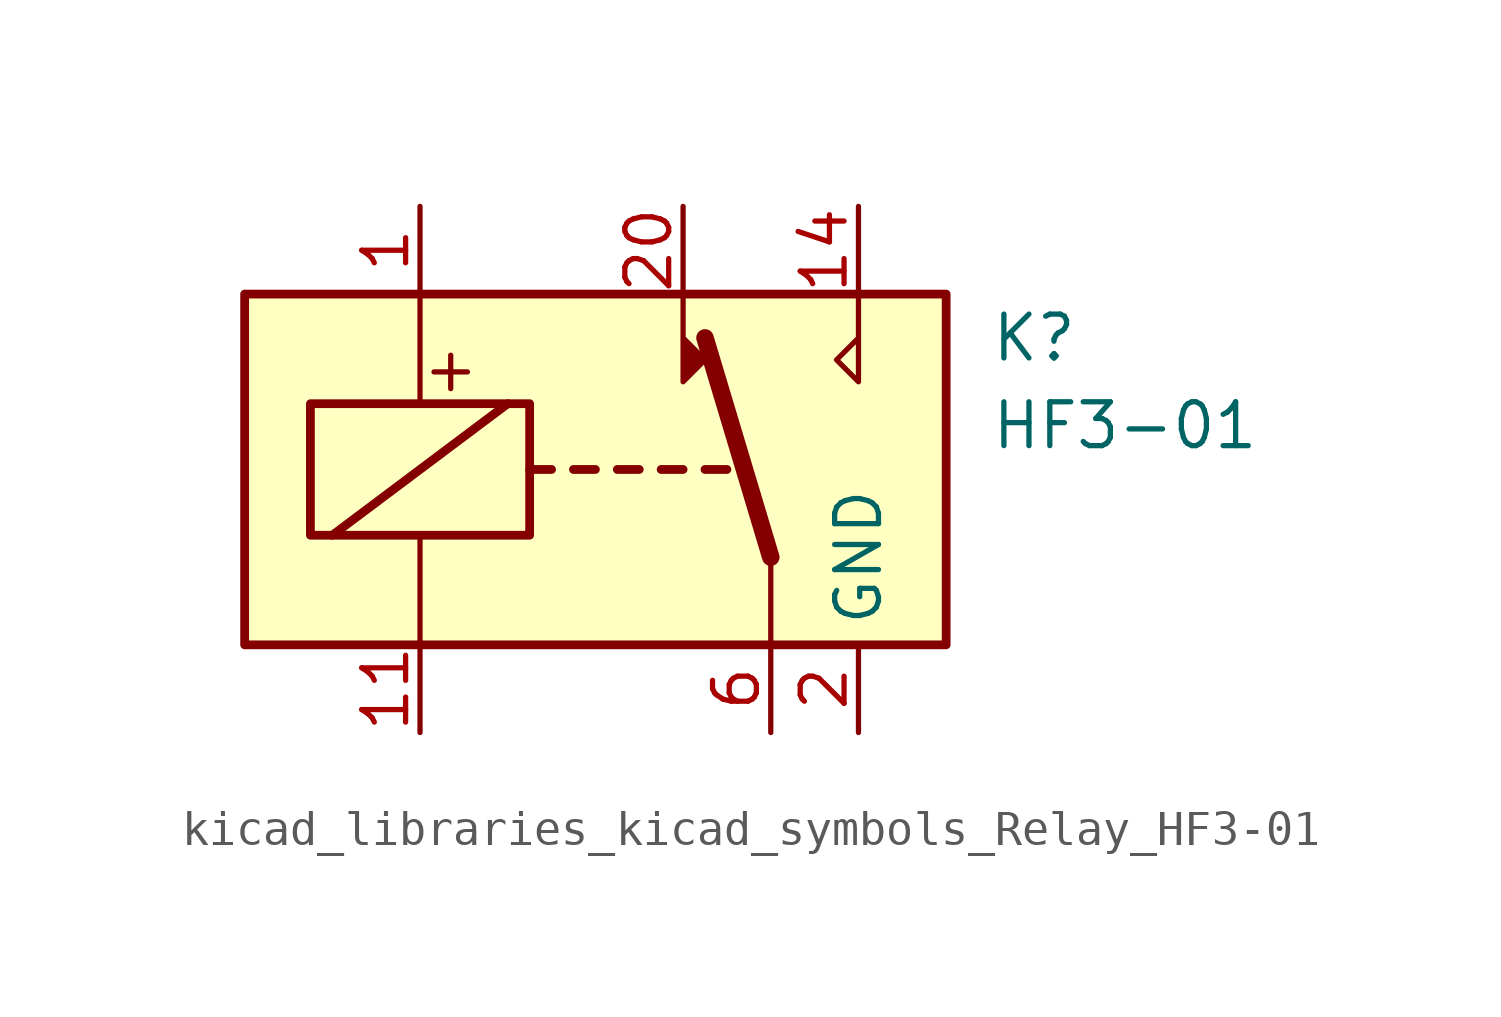
<source format=kicad_sym>
(kicad_symbol_lib
  (version 20220914)
  (generator kicad_symbol_editor)
  (symbol "kicad_libraries_kicad_symbols_Relay_HF3-01"
    (property "Reference" "K"
      (at 11.43 3.81 0)
      (effects (font (size 1.27 1.27)) (justify left)))
    (property "Value" "HF3-01"
      (at 11.43 1.27 0)
      (effects (font (size 1.27 1.27)) (justify left)))
    (symbol "kicad_libraries_kicad_symbols_Relay_HF3-01_0_0"
      (polyline (pts (xy 7.62 5.08) (xy 7.62 2.54) (xy 6.985 3.175) (xy 7.62 3.81)) (stroke (width 0) (type default)) (fill (type none)))
      (text "+" (at -4.191 2.921 0) (effects (font (size 1.27 1.27)))))
    (symbol "kicad_libraries_kicad_symbols_Relay_HF3-01_0_1"
      (rectangle (start -10.16 5.08) (end 10.16 -5.08) (stroke (width 0.254) (type default)) (fill (type background)))
      (rectangle (start -8.255 1.905) (end -1.905 -1.905) (stroke (width 0.254) (type default)) (fill (type none)))
      (polyline (pts (xy -7.62 -1.905) (xy -2.54 1.905)) (stroke (width 0.254) (type default)) (fill (type none)))
      (polyline (pts (xy -5.08 -5.08) (xy -5.08 -1.905)) (stroke (width 0) (type default)) (fill (type none)))
      (polyline (pts (xy -5.08 5.08) (xy -5.08 1.905)) (stroke (width 0) (type default)) (fill (type none)))
      (polyline (pts (xy -1.905 0) (xy -1.27 0)) (stroke (width 0.254) (type default)) (fill (type none)))
      (polyline (pts (xy -0.635 0) (xy 0 0)) (stroke (width 0.254) (type default)) (fill (type none)))
      (polyline (pts (xy 0.635 0) (xy 1.27 0)) (stroke (width 0.254) (type default)) (fill (type none)))
      (polyline (pts (xy 1.905 0) (xy 2.54 0)) (stroke (width 0.254) (type default)) (fill (type none)))
      (polyline (pts (xy 3.175 0) (xy 3.81 0)) (stroke (width 0.254) (type default)) (fill (type none)))
      (polyline (pts (xy 5.08 -2.54) (xy 3.175 3.81)) (stroke (width 0.508) (type default)) (fill (type none)))
      (polyline (pts (xy 5.08 -2.54) (xy 5.08 -5.08)) (stroke (width 0) (type default)) (fill (type none)))
      (polyline (pts (xy 2.54 5.08) (xy 2.54 2.54) (xy 3.175 3.175) (xy 2.54 3.81)) (stroke (width 0) (type default)) (fill (type outline))))
    (symbol "kicad_libraries_kicad_symbols_Relay_HF3-01_1_1"
      (pin passive line (at -5.08 7.62 270) (length 2.54) (name "~" (effects (font (size 1.27 1.27)))) (number "1" (effects (font (size 1.27 1.27)))))
      (pin passive line (at 7.62 -7.62 90) (length 2.54) hide (name "GND" (effects (font (size 1.27 1.27)))) (number "10" (effects (font (size 1.27 1.27)))))
      (pin passive line (at -5.08 -7.62 90) (length 2.54) (name "~" (effects (font (size 1.27 1.27)))) (number "11" (effects (font (size 1.27 1.27)))))
      (pin passive line (at 7.62 -7.62 90) (length 2.54) hide (name "GND" (effects (font (size 1.27 1.27)))) (number "12" (effects (font (size 1.27 1.27)))))
      (pin passive line (at 7.62 -7.62 90) (length 2.54) hide (name "GND" (effects (font (size 1.27 1.27)))) (number "13" (effects (font (size 1.27 1.27)))))
      (pin passive line (at 7.62 7.62 270) (length 2.54) (name "~" (effects (font (size 1.27 1.27)))) (number "14" (effects (font (size 1.27 1.27)))))
      (pin passive line (at 7.62 -7.62 90) (length 2.54) hide (name "GND" (effects (font (size 1.27 1.27)))) (number "15" (effects (font (size 1.27 1.27)))))
      (pin passive line (at 7.62 -7.62 90) (length 2.54) hide (name "GND" (effects (font (size 1.27 1.27)))) (number "17" (effects (font (size 1.27 1.27)))))
      (pin passive line (at 7.62 -7.62 90) (length 2.54) hide (name "GND" (effects (font (size 1.27 1.27)))) (number "19" (effects (font (size 1.27 1.27)))))
      (pin power_in line (at 7.62 -7.62 90) (length 2.54) (name "GND" (effects (font (size 1.27 1.27)))) (number "2" (effects (font (size 1.27 1.27)))))
      (pin passive line (at 2.54 7.62 270) (length 2.54) (name "~" (effects (font (size 1.27 1.27)))) (number "20" (effects (font (size 1.27 1.27)))))
      (pin passive line (at 7.62 -7.62 90) (length 2.54) hide (name "GND" (effects (font (size 1.27 1.27)))) (number "21" (effects (font (size 1.27 1.27)))))
      (pin passive line (at 7.62 -7.62 90) (length 2.54) hide (name "GND" (effects (font (size 1.27 1.27)))) (number "22" (effects (font (size 1.27 1.27)))))
      (pin passive line (at 7.62 -7.62 90) (length 2.54) hide (name "GND" (effects (font (size 1.27 1.27)))) (number "5" (effects (font (size 1.27 1.27)))))
      (pin passive line (at 5.08 -7.62 90) (length 2.54) (name "~" (effects (font (size 1.27 1.27)))) (number "6" (effects (font (size 1.27 1.27)))))
      (pin passive line (at 7.62 -7.62 90) (length 2.54) hide (name "GND" (effects (font (size 1.27 1.27)))) (number "7" (effects (font (size 1.27 1.27))))))))
</source>
